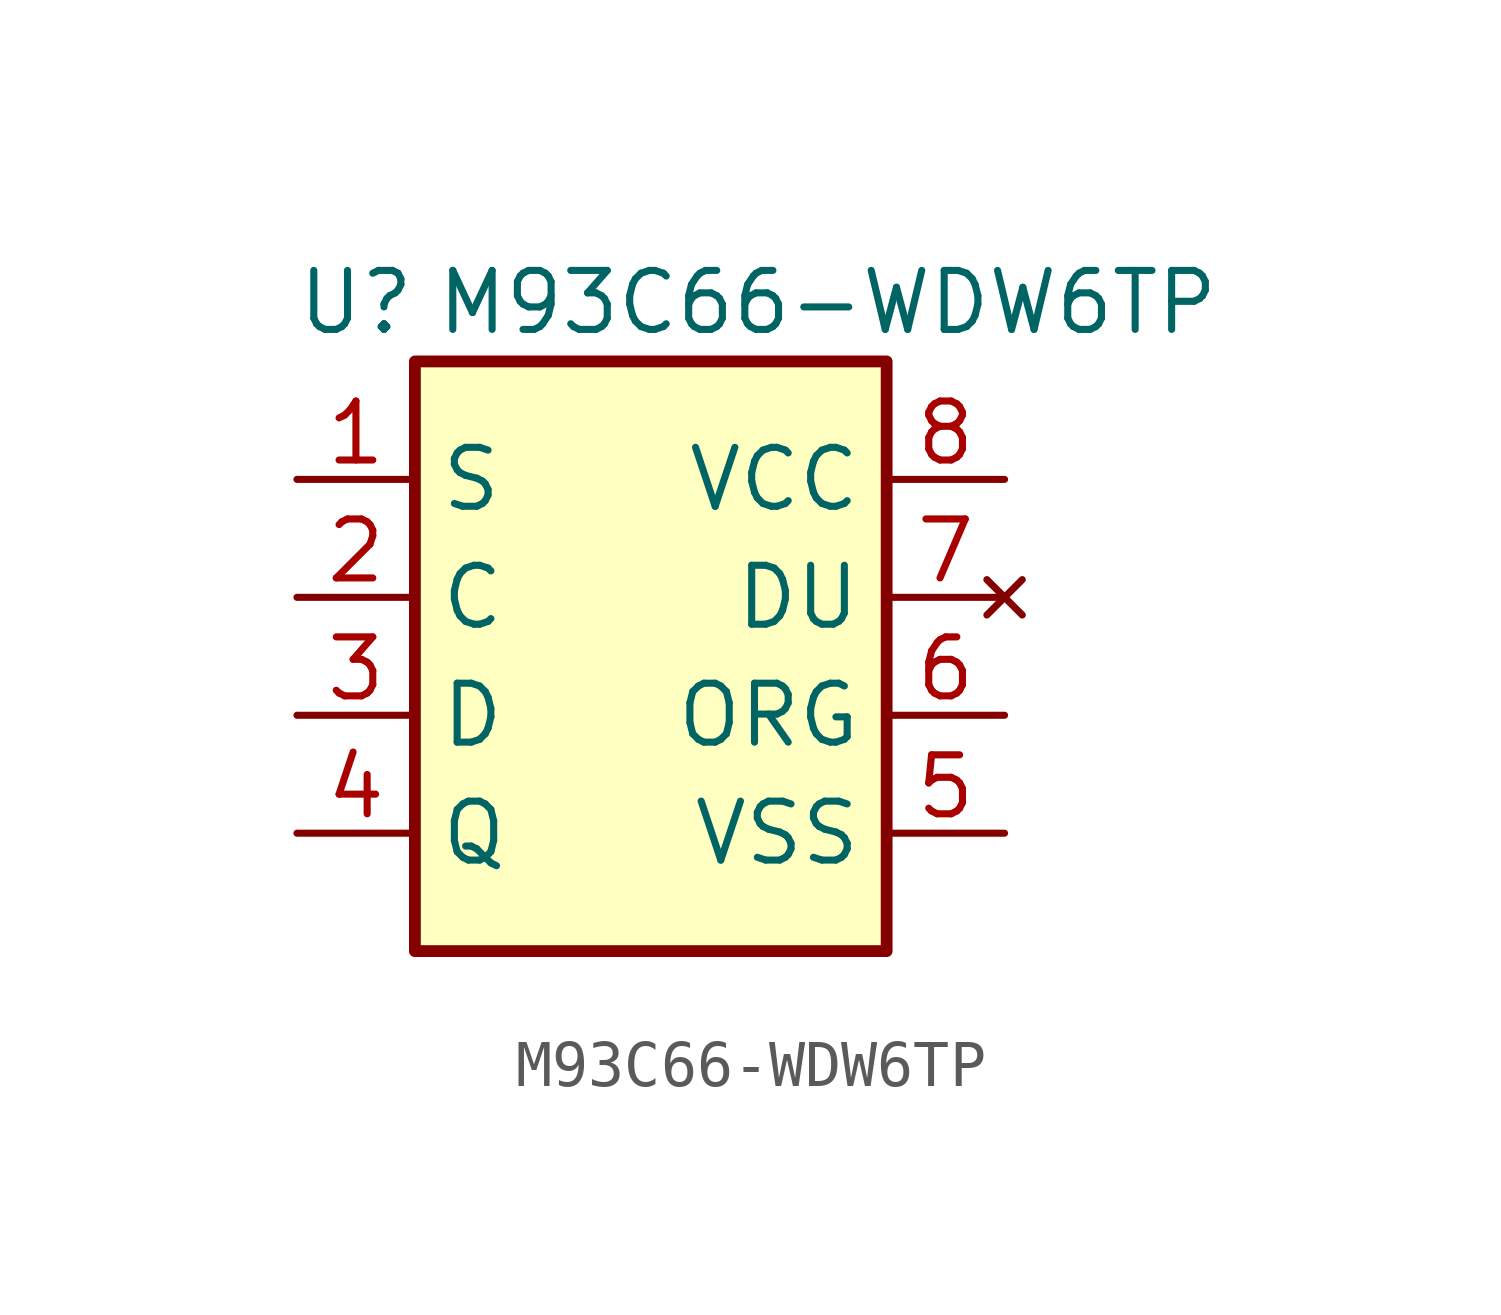
<source format=kicad_sym>
(kicad_symbol_lib
  (version 20220914)
  (generator kicad_symbol_editor)
  (symbol "M93C66-WDW6TP"
    (property "Reference" "U"
      (at -6.35 6.35 0)
      (effects (font (size 1.27 1.27))))
    (property "Value" "M93C66-WDW6TP"
      (at 3.81 6.35 0)
      (effects (font (size 1.27 1.27))))
    (symbol "M93C66-WDW6TP_0_1"
      (rectangle (start -5.08 5.08) (end 5.08 -7.62) (stroke (width 0.254) (type default)) (fill (type background))))
    (symbol "M93C66-WDW6TP_1_1"
      (pin input line (at -7.62 2.54 0) (length 2.54) (name "S" (effects (font (size 1.27 1.27)))) (number "1" (effects (font (size 1.27 1.27)))))
      (pin input line (at -7.62 0 0) (length 2.54) (name "C" (effects (font (size 1.27 1.27)))) (number "2" (effects (font (size 1.27 1.27)))))
      (pin input line (at -7.62 -2.54 0) (length 2.54) (name "D" (effects (font (size 1.27 1.27)))) (number "3" (effects (font (size 1.27 1.27)))))
      (pin output line (at -7.62 -5.08 0) (length 2.54) (name "Q" (effects (font (size 1.27 1.27)))) (number "4" (effects (font (size 1.27 1.27)))))
      (pin power_in line (at 7.62 -5.08 180) (length 2.54) (name "VSS" (effects (font (size 1.27 1.27)))) (number "5" (effects (font (size 1.27 1.27)))))
      (pin input line (at 7.62 -2.54 180) (length 2.54) (name "ORG" (effects (font (size 1.27 1.27)))) (number "6" (effects (font (size 1.27 1.27)))))
      (pin no_connect line (at 7.62 0 180) (length 2.54) (name "DU" (effects (font (size 1.27 1.27)))) (number "7" (effects (font (size 1.27 1.27)))))
      (pin power_in line (at 7.62 2.54 180) (length 2.54) (name "VCC" (effects (font (size 1.27 1.27)))) (number "8" (effects (font (size 1.27 1.27))))))))
</source>
